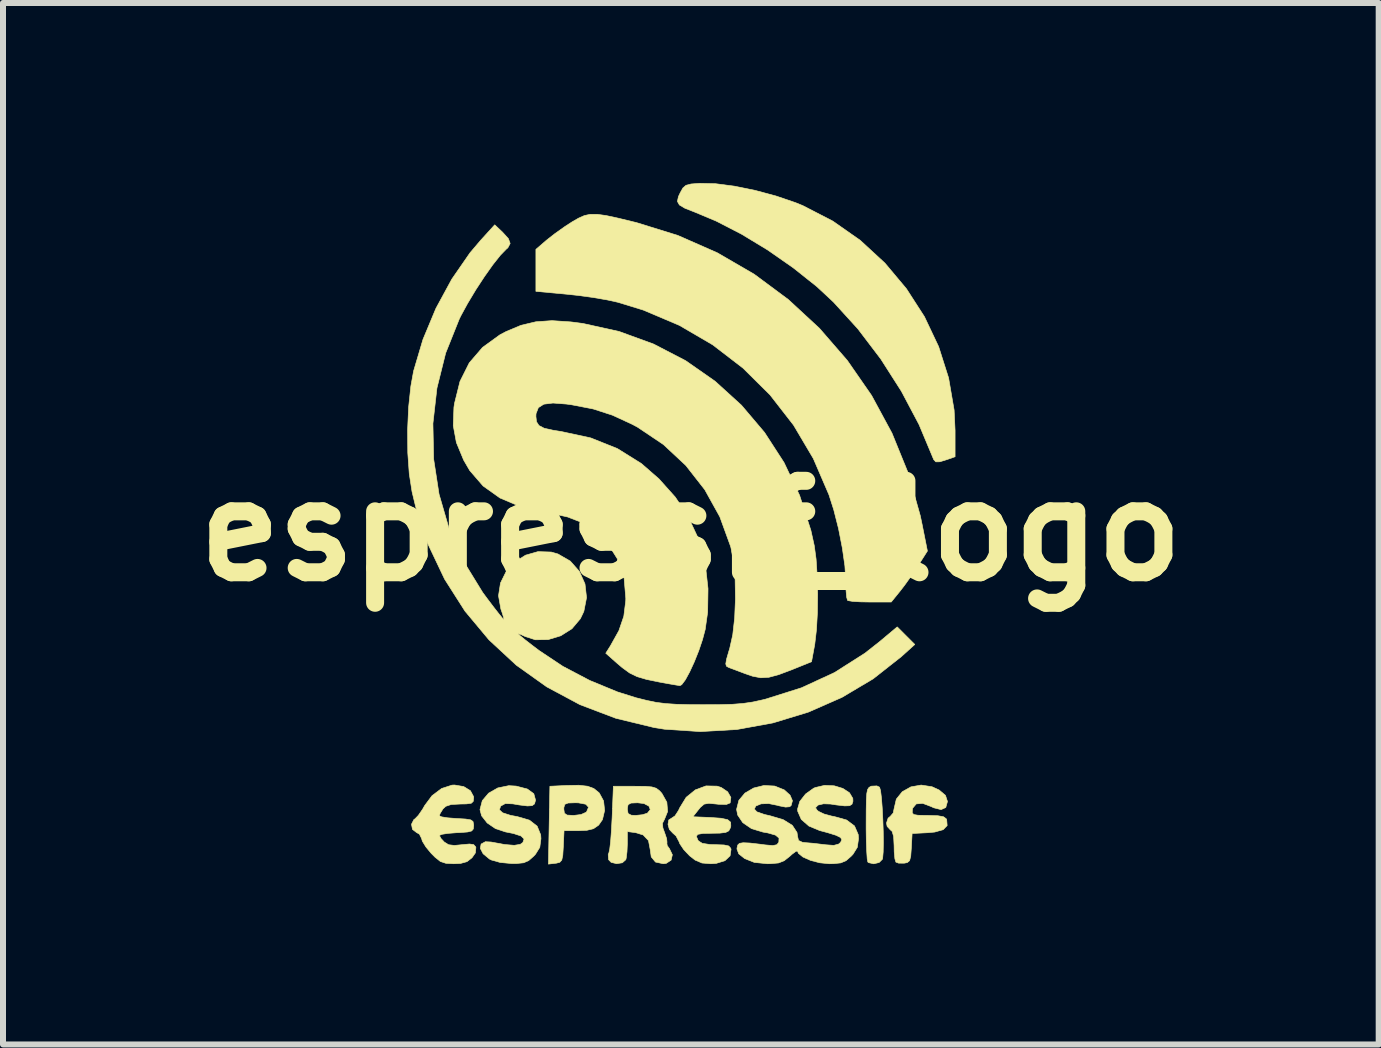
<source format=kicad_pcb>
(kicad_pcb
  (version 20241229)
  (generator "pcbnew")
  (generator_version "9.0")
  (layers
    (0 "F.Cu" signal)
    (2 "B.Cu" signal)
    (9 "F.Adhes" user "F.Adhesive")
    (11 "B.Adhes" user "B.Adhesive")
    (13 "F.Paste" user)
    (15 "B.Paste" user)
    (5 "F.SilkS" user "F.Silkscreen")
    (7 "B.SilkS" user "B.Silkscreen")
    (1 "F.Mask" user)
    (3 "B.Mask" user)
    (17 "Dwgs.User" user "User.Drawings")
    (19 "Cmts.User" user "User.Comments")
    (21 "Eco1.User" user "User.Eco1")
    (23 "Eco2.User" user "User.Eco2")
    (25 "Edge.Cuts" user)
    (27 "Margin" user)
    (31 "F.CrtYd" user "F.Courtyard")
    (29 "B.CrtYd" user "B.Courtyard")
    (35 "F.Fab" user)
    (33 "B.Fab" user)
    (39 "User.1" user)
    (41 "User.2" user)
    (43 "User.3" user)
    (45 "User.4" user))
  (footprint "espressif_logo"
    (layer "F.Cu")
    (at 8.462 5.797)
    (property "Reference" "espressif_logo" (at 0 0 0) (layer "F.SilkS") (effects (font (size 1.524 1.524) (thickness 0.3))))
    (attr through_hole)
    (fp_poly (pts (xy 3.144 4.27) (xy 3.161 4.326) (xy 3.176 4.448) (xy 3.189 4.615) (xy 3.199 4.808) (xy 3.206 5.008) (xy 3.208 5.195) (xy 3.205 5.35) (xy 3.196 5.453) (xy 3.191 5.472) (xy 3.138 5.525) (xy 3.047 5.547) (xy 2.963 5.528) (xy 2.949 5.517) (xy 2.939 5.467) (xy 2.931 5.348) (xy 2.924 5.176) (xy 2.921 4.968) (xy 2.921 4.885) (xy 2.922 4.648) (xy 2.925 4.481) (xy 2.932 4.373) (xy 2.946 4.308) (xy 2.969 4.274) (xy 3.001 4.256) (xy 3.01 4.253) (xy 3.1 4.249) (xy 3.144 4.27)) (stroke (width 0.01) (type solid)) (fill yes) (layer "F.SilkS"))
    (fp_poly (pts (xy -1.721 4.254) (xy -1.616 4.293) (xy -1.531 4.362) (xy -1.525 4.369) (xy -1.454 4.5) (xy -1.437 4.659) (xy -1.473 4.811) (xy -1.537 4.903) (xy -1.621 4.961) (xy -1.733 4.989) (xy -1.874 4.995) (xy -2.113 4.995) (xy -2.125 5.26) (xy -2.134 5.405) (xy -2.151 5.485) (xy -2.184 5.522) (xy -2.243 5.537) (xy -2.255 5.538) (xy -2.373 5.552) (xy -2.356 4.636) (xy -2.117 4.636) (xy -2.107 4.704) (xy -2.062 4.735) (xy -1.958 4.741) (xy -1.953 4.741) (xy -1.83 4.726) (xy -1.745 4.688) (xy -1.737 4.68) (xy -1.705 4.604) (xy -1.751 4.554) (xy -1.875 4.531) (xy -1.929 4.53) (xy -2.045 4.534) (xy -2.1 4.556) (xy -2.116 4.609) (xy -2.117 4.636) (xy -2.356 4.636) (xy -2.349 4.255) (xy -2.076 4.242) (xy -1.867 4.238) (xy -1.721 4.254)) (stroke (width 0.01) (type solid)) (fill yes) (layer "F.SilkS"))
    (fp_poly (pts (xy 0.411 -5.786) (xy 0.726 -5.745) (xy 1.069 -5.675) (xy 1.416 -5.582) (xy 1.745 -5.47) (xy 1.867 -5.42) (xy 2.365 -5.163) (xy 2.823 -4.842) (xy 3.234 -4.463) (xy 3.592 -4.036) (xy 3.893 -3.569) (xy 4.129 -3.071) (xy 4.295 -2.549) (xy 4.387 -2.014) (xy 4.403 -1.676) (xy 4.403 -1.236) (xy 4.269 -1.189) (xy 4.149 -1.152) (xy 4.082 -1.151) (xy 4.047 -1.188) (xy 4.035 -1.217) (xy 3.802 -1.773) (xy 3.508 -2.328) (xy 3.165 -2.865) (xy 2.784 -3.366) (xy 2.378 -3.812) (xy 2.1 -4.071) (xy 1.704 -4.386) (xy 1.279 -4.682) (xy 0.845 -4.945) (xy 0.422 -5.163) (xy 0.064 -5.313) (xy -0.099 -5.377) (xy -0.191 -5.432) (xy -0.224 -5.491) (xy -0.207 -5.571) (xy -0.179 -5.631) (xy -0.133 -5.714) (xy -0.081 -5.759) (xy 0.003 -5.781) (xy 0.145 -5.792) (xy 0.148 -5.792) (xy 0.411 -5.786)) (stroke (width 0.01) (type solid)) (fill yes) (layer "F.SilkS"))
    (fp_poly (pts (xy 4.019 4.263) (xy 4.138 4.318) (xy 4.243 4.407) (xy 4.276 4.508) (xy 4.276 4.509) (xy 4.248 4.609) (xy 4.17 4.644) (xy 4.046 4.613) (xy 4.007 4.594) (xy 3.864 4.54) (xy 3.756 4.549) (xy 3.697 4.619) (xy 3.691 4.647) (xy 3.689 4.697) (xy 3.714 4.726) (xy 3.784 4.738) (xy 3.917 4.741) (xy 3.957 4.741) (xy 4.116 4.746) (xy 4.21 4.763) (xy 4.255 4.796) (xy 4.263 4.811) (xy 4.271 4.91) (xy 4.205 4.978) (xy 4.064 5.018) (xy 3.945 5.029) (xy 3.687 5.042) (xy 3.674 5.283) (xy 3.664 5.42) (xy 3.645 5.495) (xy 3.606 5.527) (xy 3.554 5.537) (xy 3.462 5.536) (xy 3.417 5.519) (xy 3.4 5.464) (xy 3.389 5.351) (xy 3.387 5.247) (xy 3.379 5.092) (xy 3.354 5.007) (xy 3.323 4.98) (xy 3.271 4.923) (xy 3.26 4.868) (xy 3.287 4.786) (xy 3.323 4.757) (xy 3.372 4.7) (xy 3.387 4.628) (xy 3.424 4.469) (xy 3.523 4.346) (xy 3.667 4.265) (xy 3.838 4.235) (xy 4.019 4.263)) (stroke (width 0.01) (type solid)) (fill yes) (layer "F.SilkS"))
    (fp_poly (pts (xy -2.911 4.252) (xy -2.724 4.301) (xy -2.617 4.379) (xy -2.588 4.485) (xy -2.59 4.494) (xy -2.605 4.549) (xy -2.645 4.578) (xy -2.724 4.583) (xy -2.861 4.566) (xy -2.966 4.548) (xy -3.092 4.543) (xy -3.168 4.585) (xy -3.17 4.587) (xy -3.19 4.647) (xy -3.137 4.697) (xy -3.007 4.739) (xy -2.89 4.761) (xy -2.689 4.82) (xy -2.561 4.92) (xy -2.502 5.064) (xy -2.498 5.129) (xy -2.517 5.272) (xy -2.589 5.388) (xy -2.621 5.422) (xy -2.703 5.494) (xy -2.786 5.53) (xy -2.902 5.542) (xy -2.992 5.542) (xy -3.176 5.525) (xy -3.322 5.484) (xy -3.355 5.468) (xy -3.462 5.379) (xy -3.508 5.29) (xy -3.495 5.218) (xy -3.424 5.179) (xy -3.329 5.184) (xy -3.101 5.226) (xy -2.943 5.239) (xy -2.843 5.223) (xy -2.799 5.192) (xy -2.779 5.133) (xy -2.829 5.084) (xy -2.956 5.042) (xy -3.088 5.016) (xy -3.255 4.961) (xy -3.394 4.866) (xy -3.487 4.747) (xy -3.514 4.644) (xy -3.475 4.494) (xy -3.37 4.37) (xy -3.218 4.283) (xy -3.034 4.245) (xy -2.911 4.252)) (stroke (width 0.01) (type solid)) (fill yes) (layer "F.SilkS"))
    (fp_poly (pts (xy -1.561 -5.276) (xy -1.411 -5.255) (xy -1.212 -5.212) (xy -0.949 -5.148) (xy -0.91 -5.139) (xy -0.217 -4.924) (xy 0.44 -4.635) (xy 1.055 -4.278) (xy 1.624 -3.856) (xy 2.143 -3.376) (xy 2.607 -2.841) (xy 3.012 -2.257) (xy 3.352 -1.628) (xy 3.624 -0.959) (xy 3.823 -0.254) (xy 3.855 -0.102) (xy 3.942 0.335) (xy 3.786 0.58) (xy 3.679 0.742) (xy 3.562 0.905) (xy 3.485 1.005) (xy 3.339 1.185) (xy 2.989 1.185) (xy 2.824 1.182) (xy 2.694 1.174) (xy 2.619 1.161) (xy 2.611 1.157) (xy 2.596 1.103) (xy 2.586 0.99) (xy 2.582 0.84) (xy 2.582 0.836) (xy 2.567 0.584) (xy 2.524 0.284) (xy 2.461 -0.038) (xy 2.381 -0.353) (xy 2.301 -0.603) (xy 2.041 -1.206) (xy 1.712 -1.762) (xy 1.32 -2.266) (xy 0.869 -2.713) (xy 0.364 -3.101) (xy -0.191 -3.425) (xy -0.792 -3.68) (xy -1.216 -3.81) (xy -1.397 -3.85) (xy -1.629 -3.89) (xy -1.879 -3.924) (xy -2.064 -3.944) (xy -2.582 -3.992) (xy -2.582 -4.692) (xy -2.402 -4.847) (xy -2.264 -4.955) (xy -2.096 -5.074) (xy -1.977 -5.151) (xy -1.869 -5.213) (xy -1.774 -5.255) (xy -1.677 -5.276) (xy -1.561 -5.276)) (stroke (width 0.01) (type solid)) (fill yes) (layer "F.SilkS"))
    (fp_poly (pts (xy 0.438 4.253) (xy 0.506 4.275) (xy 0.613 4.347) (xy 0.667 4.441) (xy 0.655 4.532) (xy 0.654 4.533) (xy 0.592 4.558) (xy 0.46 4.555) (xy 0.424 4.551) (xy 0.298 4.539) (xy 0.221 4.553) (xy 0.159 4.606) (xy 0.129 4.643) (xy 0.034 4.763) (xy 0.324 4.775) (xy 0.505 4.788) (xy 0.614 4.812) (xy 0.663 4.854) (xy 0.666 4.919) (xy 0.658 4.949) (xy 0.632 4.998) (xy 0.581 5.024) (xy 0.483 5.036) (xy 0.357 5.038) (xy 0.201 5.041) (xy 0.116 5.056) (xy 0.092 5.089) (xy 0.116 5.148) (xy 0.126 5.165) (xy 0.19 5.206) (xy 0.32 5.226) (xy 0.411 5.228) (xy 0.553 5.233) (xy 0.631 5.25) (xy 0.664 5.287) (xy 0.67 5.305) (xy 0.654 5.414) (xy 0.568 5.495) (xy 0.423 5.54) (xy 0.334 5.546) (xy 0.185 5.534) (xy 0.071 5.485) (xy -0.02 5.414) (xy -0.117 5.312) (xy -0.184 5.212) (xy -0.196 5.18) (xy -0.247 5.083) (xy -0.301 5.035) (xy -0.358 4.974) (xy -0.381 4.89) (xy -0.368 4.816) (xy -0.317 4.784) (xy -0.317 4.784) (xy -0.264 4.748) (xy -0.205 4.657) (xy -0.185 4.614) (xy -0.078 4.439) (xy 0.075 4.315) (xy 0.253 4.249) (xy 0.438 4.253)) (stroke (width 0.01) (type solid)) (fill yes) (layer "F.SilkS"))
    (fp_poly (pts (xy -0.763 4.256) (xy -0.65 4.266) (xy -0.577 4.288) (xy -0.522 4.33) (xy -0.483 4.373) (xy -0.4 4.521) (xy -0.387 4.676) (xy -0.439 4.805) (xy -0.473 4.872) (xy -0.466 4.949) (xy -0.437 5.029) (xy -0.403 5.129) (xy -0.397 5.192) (xy -0.4 5.198) (xy -0.394 5.243) (xy -0.356 5.296) (xy -0.308 5.396) (xy -0.329 5.486) (xy -0.411 5.54) (xy -0.46 5.546) (xy -0.589 5.518) (xy -0.66 5.432) (xy -0.677 5.312) (xy -0.706 5.16) (xy -0.795 5.066) (xy -0.921 5.028) (xy -1.058 5.01) (xy -1.058 5.211) (xy -1.064 5.346) (xy -1.077 5.451) (xy -1.084 5.479) (xy -1.142 5.53) (xy -1.237 5.545) (xy -1.328 5.523) (xy -1.371 5.478) (xy -1.377 5.393) (xy -1.365 5.362) (xy -1.352 5.303) (xy -1.337 5.177) (xy -1.324 5.003) (xy -1.313 4.798) (xy -1.312 4.784) (xy -1.306 4.636) (xy -1.058 4.636) (xy -1.046 4.709) (xy -0.993 4.737) (xy -0.921 4.741) (xy -0.806 4.729) (xy -0.724 4.703) (xy -0.676 4.643) (xy -0.699 4.586) (xy -0.78 4.543) (xy -0.888 4.53) (xy -0.997 4.535) (xy -1.046 4.562) (xy -1.058 4.625) (xy -1.058 4.636) (xy -1.306 4.636) (xy -1.291 4.255) (xy -0.938 4.255) (xy -0.763 4.256)) (stroke (width 0.01) (type solid)) (fill yes) (layer "F.SilkS"))
    (fp_poly (pts (xy -3.785 4.26) (xy -3.673 4.329) (xy -3.621 4.426) (xy -3.619 4.446) (xy -3.626 4.507) (xy -3.659 4.538) (xy -3.741 4.549) (xy -3.845 4.551) (xy -3.994 4.559) (xy -4.084 4.589) (xy -4.131 4.633) (xy -4.178 4.709) (xy -4.191 4.747) (xy -4.152 4.765) (xy -4.051 4.781) (xy -3.908 4.792) (xy -3.905 4.792) (xy -3.754 4.801) (xy -3.668 4.815) (xy -3.63 4.842) (xy -3.62 4.891) (xy -3.619 4.911) (xy -3.625 4.967) (xy -3.653 5) (xy -3.722 5.017) (xy -3.852 5.027) (xy -3.905 5.029) (xy -4.048 5.04) (xy -4.151 5.056) (xy -4.191 5.075) (xy -4.191 5.075) (xy -4.163 5.126) (xy -4.109 5.184) (xy -4.037 5.229) (xy -3.941 5.241) (xy -3.818 5.229) (xy -3.689 5.217) (xy -3.619 5.227) (xy -3.585 5.265) (xy -3.582 5.274) (xy -3.59 5.365) (xy -3.647 5.446) (xy -3.73 5.511) (xy -3.838 5.541) (xy -3.951 5.546) (xy -4.081 5.539) (xy -4.173 5.509) (xy -4.262 5.438) (xy -4.325 5.375) (xy -4.415 5.266) (xy -4.474 5.17) (xy -4.487 5.125) (xy -4.523 5.053) (xy -4.572 5.025) (xy -4.639 4.973) (xy -4.655 4.888) (xy -4.616 4.811) (xy -4.595 4.796) (xy -4.54 4.739) (xy -4.469 4.636) (xy -4.435 4.576) (xy -4.312 4.411) (xy -4.153 4.292) (xy -3.98 4.236) (xy -3.938 4.234) (xy -3.785 4.26)) (stroke (width 0.01) (type solid)) (fill yes) (layer "F.SilkS"))
    (fp_poly (pts (xy -3.137 -4.977) (xy -3.04 -4.87) (xy -3.011 -4.79) (xy -3.048 -4.72) (xy -3.077 -4.694) (xy -3.175 -4.593) (xy -3.301 -4.434) (xy -3.441 -4.236) (xy -3.585 -4.016) (xy -3.72 -3.791) (xy -3.835 -3.58) (xy -3.86 -3.528) (xy -4.086 -2.963) (xy -4.231 -2.381) (xy -4.298 -1.79) (xy -4.286 -1.198) (xy -4.196 -0.612) (xy -4.03 -0.041) (xy -3.787 0.507) (xy -3.469 1.025) (xy -3.39 1.132) (xy -3.28 1.277) (xy -3.19 1.392) (xy -3.13 1.465) (xy -3.114 1.482) (xy -3.119 1.446) (xy -3.147 1.356) (xy -3.166 1.301) (xy -3.205 1.08) (xy -3.172 0.868) (xy -3.078 0.677) (xy -2.935 0.518) (xy -2.754 0.404) (xy -2.547 0.345) (xy -2.326 0.352) (xy -2.215 0.384) (xy -2.009 0.503) (xy -1.857 0.675) (xy -1.764 0.883) (xy -1.738 1.111) (xy -1.783 1.341) (xy -1.841 1.463) (xy -1.981 1.629) (xy -2.167 1.747) (xy -2.378 1.811) (xy -2.591 1.814) (xy -2.762 1.759) (xy -2.843 1.721) (xy -2.879 1.713) (xy -2.879 1.714) (xy -2.847 1.744) (xy -2.762 1.814) (xy -2.637 1.911) (xy -2.529 1.993) (xy -2.132 2.257) (xy -1.685 2.492) (xy -1.222 2.683) (xy -0.91 2.781) (xy -0.733 2.825) (xy -0.578 2.857) (xy -0.421 2.877) (xy -0.241 2.889) (xy -0.015 2.895) (xy 0.191 2.896) (xy 0.473 2.895) (xy 0.692 2.889) (xy 0.87 2.875) (xy 1.028 2.852) (xy 1.188 2.817) (xy 1.242 2.804) (xy 1.844 2.614) (xy 2.394 2.36) (xy 2.9 2.038) (xy 3.143 1.847) (xy 3.439 1.599) (xy 3.732 1.892) (xy 3.506 2.096) (xy 3.037 2.465) (xy 2.517 2.774) (xy 1.957 3.02) (xy 1.369 3.199) (xy 0.766 3.309) (xy 0.158 3.344) (xy -0.441 3.304) (xy -0.614 3.276) (xy -1.25 3.122) (xy -1.848 2.895) (xy -2.402 2.598) (xy -2.909 2.237) (xy -3.364 1.815) (xy -3.764 1.336) (xy -4.103 0.804) (xy -4.378 0.225) (xy -4.585 -0.4) (xy -4.646 -0.654) (xy -4.692 -0.951) (xy -4.717 -1.303) (xy -4.72 -1.682) (xy -4.703 -2.06) (xy -4.666 -2.41) (xy -4.62 -2.664) (xy -4.464 -3.19) (xy -4.248 -3.708) (xy -3.983 -4.196) (xy -3.68 -4.634) (xy -3.507 -4.838) (xy -3.268 -5.101) (xy -3.137 -4.977)) (stroke (width 0.01) (type solid)) (fill yes) (layer "F.SilkS"))
    (fp_poly (pts (xy 2.388 4.247) (xy 2.533 4.291) (xy 2.643 4.363) (xy 2.699 4.457) (xy 2.701 4.506) (xy 2.685 4.554) (xy 2.645 4.579) (xy 2.563 4.582) (xy 2.424 4.566) (xy 2.328 4.551) (xy 2.211 4.547) (xy 2.122 4.568) (xy 2.117 4.571) (xy 2.077 4.613) (xy 2.106 4.656) (xy 2.129 4.674) (xy 2.218 4.717) (xy 2.347 4.752) (xy 2.391 4.76) (xy 2.595 4.817) (xy 2.727 4.916) (xy 2.789 5.059) (xy 2.794 5.129) (xy 2.774 5.272) (xy 2.702 5.388) (xy 2.67 5.422) (xy 2.586 5.495) (xy 2.498 5.532) (xy 2.375 5.545) (xy 2.305 5.546) (xy 2.147 5.53) (xy 1.994 5.49) (xy 1.868 5.434) (xy 1.791 5.371) (xy 1.778 5.335) (xy 1.751 5.339) (xy 1.683 5.39) (xy 1.647 5.423) (xy 1.555 5.496) (xy 1.461 5.533) (xy 1.329 5.545) (xy 1.276 5.546) (xy 1.058 5.524) (xy 0.897 5.46) (xy 0.798 5.381) (xy 0.768 5.3) (xy 0.77 5.28) (xy 0.782 5.233) (xy 0.811 5.206) (xy 0.873 5.196) (xy 0.983 5.201) (xy 1.157 5.221) (xy 1.238 5.232) (xy 1.365 5.243) (xy 1.433 5.229) (xy 1.466 5.187) (xy 1.466 5.186) (xy 1.469 5.118) (xy 1.411 5.069) (xy 1.281 5.032) (xy 1.2 5.018) (xy 1.011 4.961) (xy 0.866 4.862) (xy 0.78 4.734) (xy 0.762 4.64) (xy 0.8 4.49) (xy 0.901 4.369) (xy 1.047 4.284) (xy 1.218 4.242) (xy 1.396 4.251) (xy 1.556 4.315) (xy 1.653 4.403) (xy 1.693 4.496) (xy 1.671 4.576) (xy 1.646 4.596) (xy 1.579 4.602) (xy 1.471 4.581) (xy 1.439 4.572) (xy 1.296 4.543) (xy 1.17 4.548) (xy 1.083 4.584) (xy 1.058 4.634) (xy 1.1 4.681) (xy 1.226 4.725) (xy 1.322 4.747) (xy 1.54 4.812) (xy 1.691 4.906) (xy 1.769 5.025) (xy 1.778 5.089) (xy 1.794 5.158) (xy 1.858 5.188) (xy 1.916 5.195) (xy 2.047 5.206) (xy 2.204 5.225) (xy 2.246 5.23) (xy 2.382 5.24) (xy 2.463 5.218) (xy 2.494 5.191) (xy 2.516 5.147) (xy 2.495 5.109) (xy 2.42 5.072) (xy 2.279 5.028) (xy 2.147 4.993) (xy 1.967 4.918) (xy 1.84 4.807) (xy 1.781 4.672) (xy 1.778 4.636) (xy 1.815 4.508) (xy 1.912 4.384) (xy 2.046 4.288) (xy 2.074 4.276) (xy 2.228 4.24) (xy 2.388 4.247)) (stroke (width 0.01) (type solid)) (fill yes) (layer "F.SilkS"))
    (fp_poly (pts (xy -2 -3.483) (xy -1.799 -3.457) (xy -1.194 -3.323) (xy -0.621 -3.114) (xy -0.087 -2.837) (xy 0.403 -2.495) (xy 0.843 -2.095) (xy 1.228 -1.641) (xy 1.553 -1.139) (xy 1.812 -0.593) (xy 2 -0.01) (xy 2.057 0.247) (xy 2.087 0.469) (xy 2.105 0.747) (xy 2.113 1.054) (xy 2.109 1.363) (xy 2.093 1.647) (xy 2.066 1.879) (xy 2.062 1.905) (xy 2.011 2.18) (xy 1.672 2.317) (xy 1.461 2.396) (xy 1.3 2.439) (xy 1.164 2.447) (xy 1.029 2.421) (xy 0.901 2.377) (xy 0.769 2.327) (xy 0.662 2.287) (xy 0.628 2.274) (xy 0.593 2.254) (xy 0.582 2.215) (xy 0.595 2.137) (xy 0.634 2.002) (xy 0.647 1.961) (xy 0.698 1.733) (xy 0.73 1.45) (xy 0.743 1.137) (xy 0.738 0.82) (xy 0.713 0.527) (xy 0.669 0.283) (xy 0.662 0.257) (xy 0.483 -0.235) (xy 0.232 -0.687) (xy -0.084 -1.091) (xy -0.458 -1.44) (xy -0.885 -1.727) (xy -0.974 -1.775) (xy -1.305 -1.928) (xy -1.63 -2.033) (xy -1.987 -2.102) (xy -2.074 -2.114) (xy -2.297 -2.131) (xy -2.45 -2.112) (xy -2.541 -2.054) (xy -2.58 -1.954) (xy -2.582 -1.909) (xy -2.572 -1.819) (xy -2.531 -1.756) (xy -2.444 -1.711) (xy -2.297 -1.678) (xy -2.159 -1.656) (xy -1.669 -1.55) (xy -1.226 -1.373) (xy -0.826 -1.124) (xy -0.531 -0.867) (xy -0.26 -0.564) (xy -0.053 -0.254) (xy 0.108 0.091) (xy 0.155 0.219) (xy 0.243 0.573) (xy 0.286 0.963) (xy 0.28 1.353) (xy 0.239 1.643) (xy 0.194 1.812) (xy 0.131 1.998) (xy 0.057 2.183) (xy -0.02 2.35) (xy -0.092 2.482) (xy -0.152 2.562) (xy -0.182 2.578) (xy -0.247 2.568) (xy -0.369 2.547) (xy -0.523 2.519) (xy -0.529 2.518) (xy -0.741 2.474) (xy -0.896 2.428) (xy -1.021 2.367) (xy -1.143 2.278) (xy -1.228 2.206) (xy -1.418 2.038) (xy -1.342 1.918) (xy -1.199 1.662) (xy -1.117 1.422) (xy -1.085 1.166) (xy -1.084 1.122) (xy -1.112 0.788) (xy -1.204 0.498) (xy -1.368 0.237) (xy -1.427 0.168) (xy -1.612 -0.009) (xy -1.813 -0.139) (xy -2.052 -0.232) (xy -2.35 -0.299) (xy -2.431 -0.312) (xy -2.838 -0.403) (xy -3.181 -0.549) (xy -3.462 -0.749) (xy -3.685 -1.007) (xy -3.786 -1.181) (xy -3.907 -1.473) (xy -3.959 -1.755) (xy -3.948 -2.059) (xy -3.938 -2.126) (xy -3.847 -2.491) (xy -3.692 -2.801) (xy -3.471 -3.058) (xy -3.183 -3.267) (xy -3.077 -3.323) (xy -2.831 -3.426) (xy -2.583 -3.485) (xy -2.313 -3.504) (xy -2 -3.483)) (stroke (width 0.01) (type solid)) (fill yes) (layer "F.SilkS")))
  (gr_rect
    (start -3 -3)
    (end 19.924 14.354)
    (stroke (width 0.1) (type default))
    (fill no)
    (layer "Edge.Cuts")))
</source>
